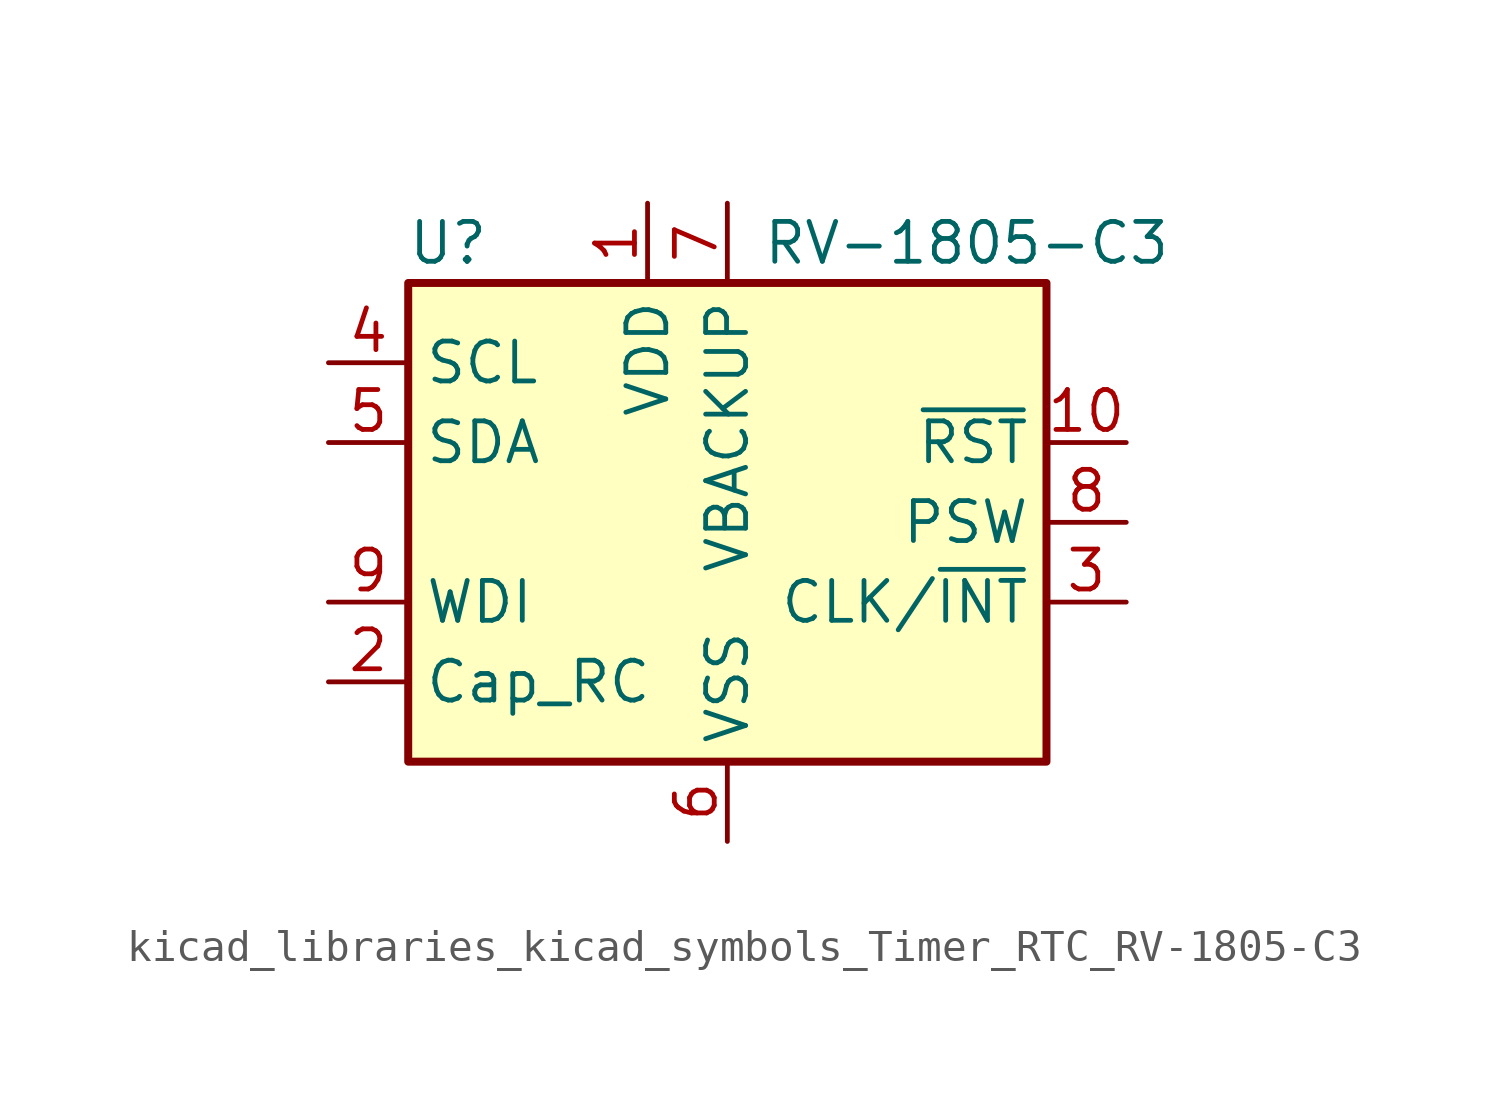
<source format=kicad_sym>
(kicad_symbol_lib
  (version 20220914)
  (generator kicad_symbol_editor)
  (symbol "kicad_libraries_kicad_symbols_Timer_RTC_RV-1805-C3"
    (property "Reference" "U"
      (at -8.89 8.89 0)
      (effects (font (size 1.27 1.27))))
    (property "Value" "RV-1805-C3"
      (at 7.62 8.89 0)
      (effects (font (size 1.27 1.27))))
    (symbol "kicad_libraries_kicad_symbols_Timer_RTC_RV-1805-C3_0_1"
      (rectangle (start 10.16 7.62) (end -10.16 -7.62) (stroke (width 0.254) (type default)) (fill (type background))))
    (symbol "kicad_libraries_kicad_symbols_Timer_RTC_RV-1805-C3_1_1"
      (pin power_in line (at -2.54 10.16 270) (length 2.54) (name "VDD" (effects (font (size 1.27 1.27)))) (number "1" (effects (font (size 1.27 1.27)))))
      (pin open_collector line (at 12.7 2.54 180) (length 2.54) (name "~{RST}" (effects (font (size 1.27 1.27)))) (number "10" (effects (font (size 1.27 1.27)))))
      (pin passive line (at -12.7 -5.08 0) (length 2.54) (name "Cap_RC" (effects (font (size 1.27 1.27)))) (number "2" (effects (font (size 1.27 1.27)))))
      (pin open_collector line (at 12.7 -2.54 180) (length 2.54) (name "CLK/~{INT}" (effects (font (size 1.27 1.27)))) (number "3" (effects (font (size 1.27 1.27)))))
      (pin input line (at -12.7 5.08 0) (length 2.54) (name "SCL" (effects (font (size 1.27 1.27)))) (number "4" (effects (font (size 1.27 1.27)))))
      (pin bidirectional line (at -12.7 2.54 0) (length 2.54) (name "SDA" (effects (font (size 1.27 1.27)))) (number "5" (effects (font (size 1.27 1.27)))))
      (pin power_in line (at 0 -10.16 90) (length 2.54) (name "VSS" (effects (font (size 1.27 1.27)))) (number "6" (effects (font (size 1.27 1.27)))))
      (pin power_in line (at 0 10.16 270) (length 2.54) (name "VBACKUP" (effects (font (size 1.27 1.27)))) (number "7" (effects (font (size 1.27 1.27)))))
      (pin open_collector line (at 12.7 0 180) (length 2.54) (name "PSW" (effects (font (size 1.27 1.27)))) (number "8" (effects (font (size 1.27 1.27)))))
      (pin input line (at -12.7 -2.54 0) (length 2.54) (name "WDI" (effects (font (size 1.27 1.27)))) (number "9" (effects (font (size 1.27 1.27))))))))
</source>
